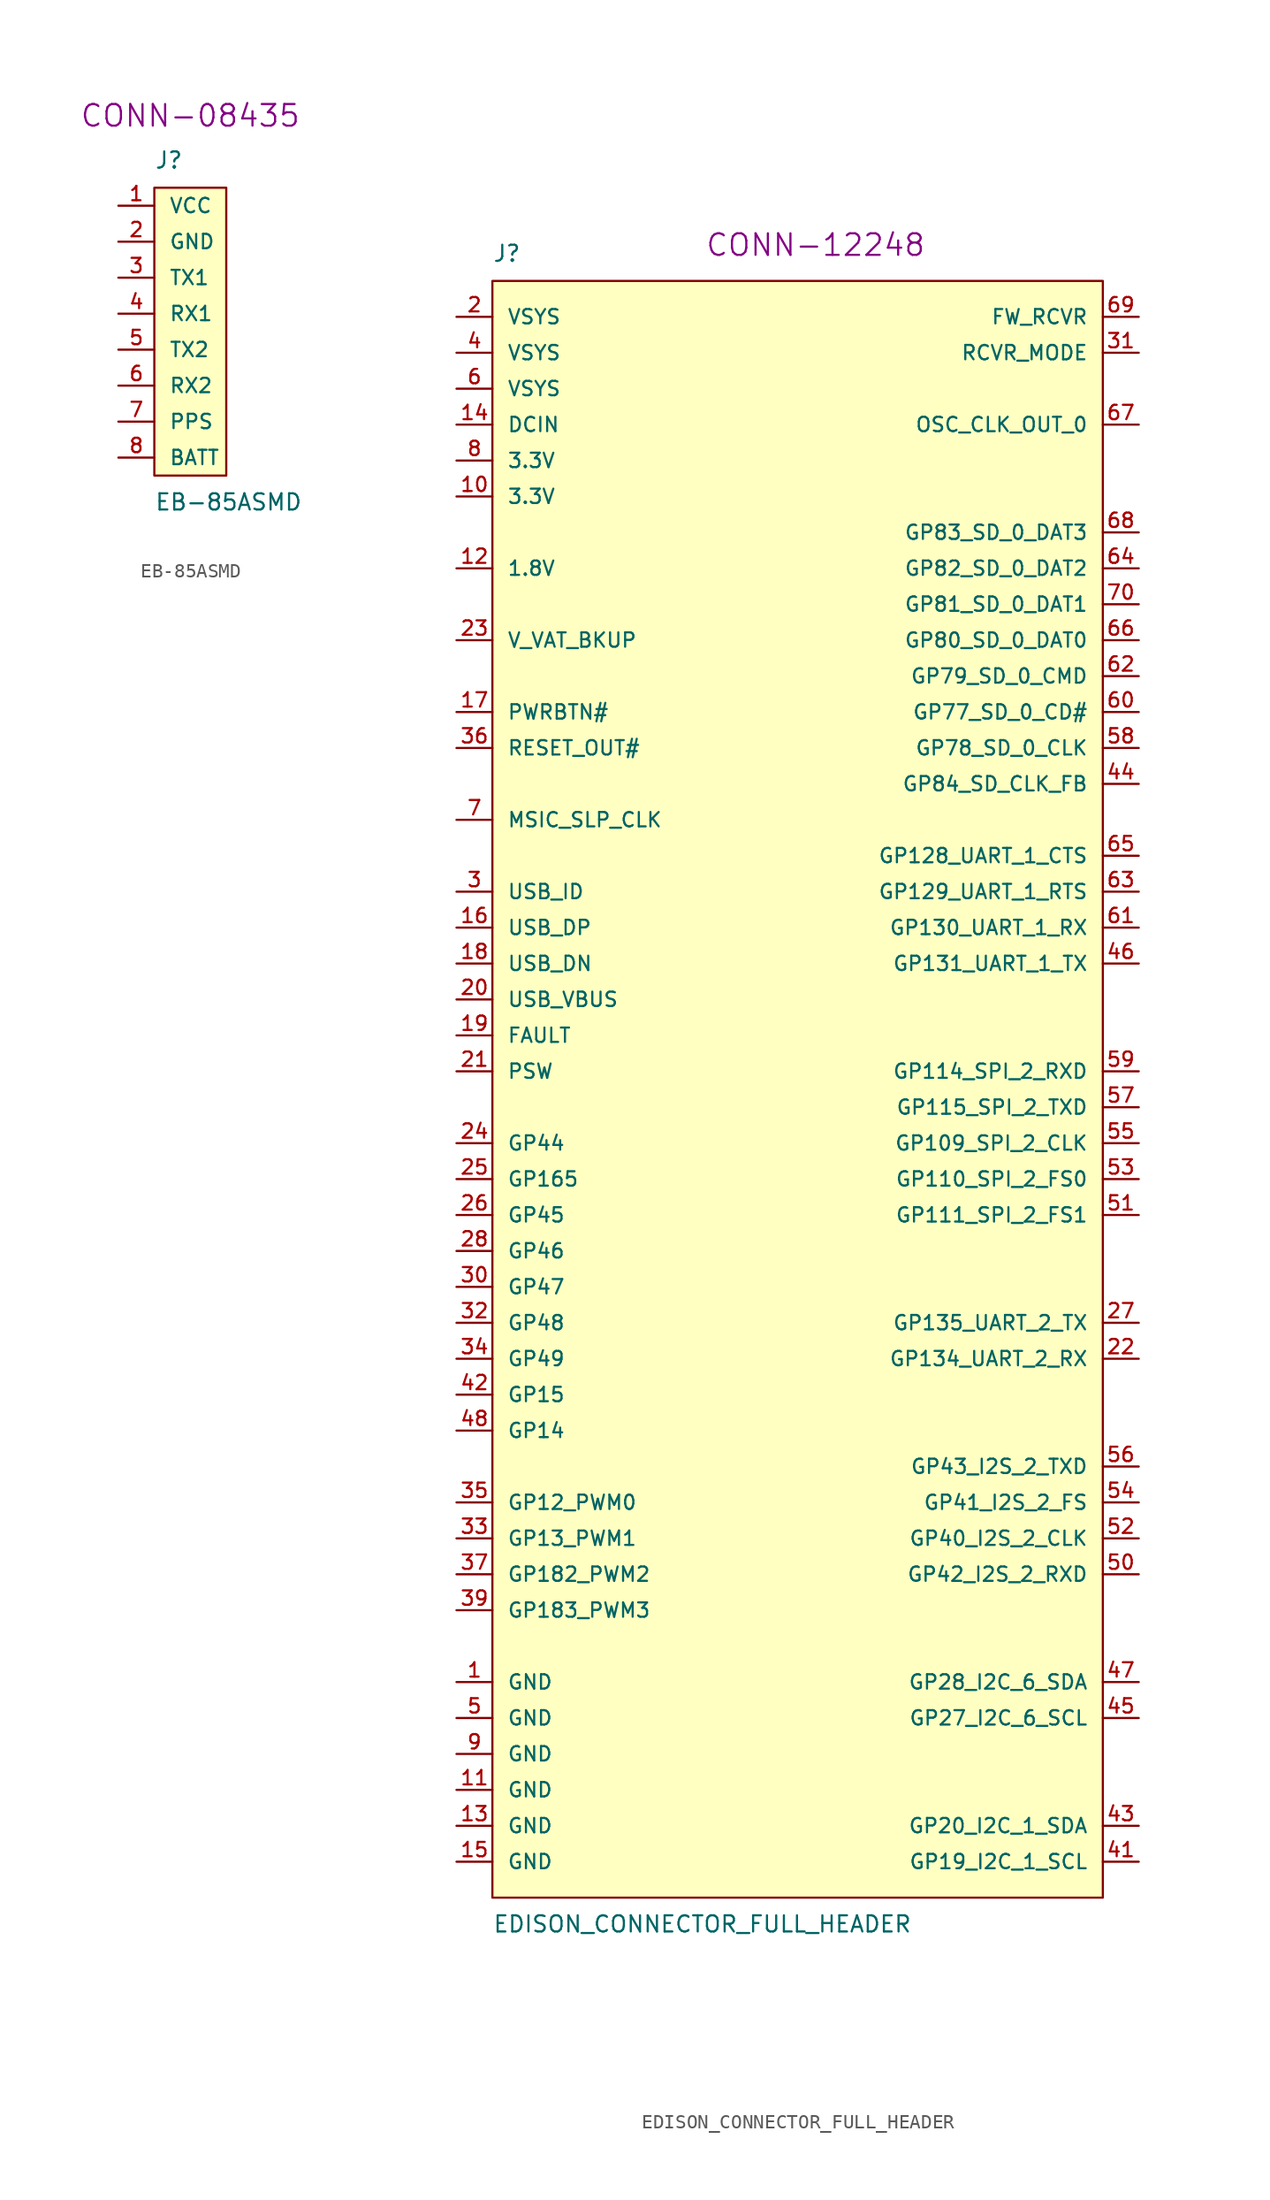
<source format=kicad_sym>
(kicad_symbol_lib
  (version 20220914)
  (generator kicad_symbol_editor)
  (symbol "EB-85ASMD"
    (pin_names
      (offset 1.016))
    (property "Reference" "J"
      (at -2.54 12.7 0)
      (effects (font (size 1.143 1.143)) (justify left bottom)))
    (property "Value" "EB-85ASMD"
      (at -2.54 -11.43 0)
      (effects (font (size 1.143 1.143)) (justify left bottom)))
    (property "Field4" "CONN-08435"
      (at 0 16.51 0)
      (effects (font (size 1.524 1.524))))
    (property "ki_locked" ""
      (at 0 0 0)
      (effects (font (size 1.27 1.27))))
    (symbol "EB-85ASMD_1_1"
      (polyline (pts (xy -2.54 11.43) (xy 2.54 11.43) (xy 2.54 -8.89) (xy -2.54 -8.89) (xy -2.54 11.43)) (stroke (width 0) (type solid)) (fill (type background)))
      (pin power_in line (at -5.08 10.16 0) (length 2.54) (name "VCC" (effects (font (size 1.016 1.016)))) (number "1" (effects (font (size 1.016 1.016)))))
      (pin power_in line (at -5.08 7.62 0) (length 2.54) (name "GND" (effects (font (size 1.016 1.016)))) (number "2" (effects (font (size 1.016 1.016)))))
      (pin output line (at -5.08 5.08 0) (length 2.54) (name "TX1" (effects (font (size 1.016 1.016)))) (number "3" (effects (font (size 1.016 1.016)))))
      (pin input line (at -5.08 2.54 0) (length 2.54) (name "RX1" (effects (font (size 1.016 1.016)))) (number "4" (effects (font (size 1.016 1.016)))))
      (pin output line (at -5.08 0 0) (length 2.54) (name "TX2" (effects (font (size 1.016 1.016)))) (number "5" (effects (font (size 1.016 1.016)))))
      (pin input line (at -5.08 -2.54 0) (length 2.54) (name "RX2" (effects (font (size 1.016 1.016)))) (number "6" (effects (font (size 1.016 1.016)))))
      (pin output line (at -5.08 -5.08 0) (length 2.54) (name "PPS" (effects (font (size 1.016 1.016)))) (number "7" (effects (font (size 1.016 1.016)))))
      (pin power_in line (at -5.08 -7.62 0) (length 2.54) (name "BATT" (effects (font (size 1.016 1.016)))) (number "8" (effects (font (size 1.016 1.016)))))))
  (symbol "EDISON_CONNECTOR_FULL_HEADER"
    (pin_names
      (offset 1.016))
    (property "Reference" "J"
      (at -21.59 58.42 0)
      (effects (font (size 1.143 1.143)) (justify left bottom)))
    (property "Value" "EDISON_CONNECTOR_FULL_HEADER"
      (at -21.59 -59.69 0)
      (effects (font (size 1.143 1.143)) (justify left bottom)))
    (property "Field4" "CONN-12248"
      (at 1.27 59.69 0)
      (effects (font (size 1.524 1.524))))
    (property "ki_locked" ""
      (at 0 0 0)
      (effects (font (size 1.27 1.27))))
    (symbol "EDISON_CONNECTOR_FULL_HEADER_1_1"
      (polyline (pts (xy -21.59 57.15) (xy 21.59 57.15) (xy 21.59 -57.15) (xy -21.59 -57.15) (xy -21.59 57.15)) (stroke (width 0) (type solid)) (fill (type background)))
      (pin bidirectional line (at -24.13 -41.91 0) (length 2.54) (name "GND" (effects (font (size 1.016 1.016)))) (number "1" (effects (font (size 1.016 1.016)))))
      (pin bidirectional line (at -24.13 41.91 0) (length 2.54) (name "3.3V" (effects (font (size 1.016 1.016)))) (number "10" (effects (font (size 1.016 1.016)))))
      (pin bidirectional line (at -24.13 -49.53 0) (length 2.54) (name "GND" (effects (font (size 1.016 1.016)))) (number "11" (effects (font (size 1.016 1.016)))))
      (pin bidirectional line (at -24.13 36.83 0) (length 2.54) (name "1.8V" (effects (font (size 1.016 1.016)))) (number "12" (effects (font (size 1.016 1.016)))))
      (pin bidirectional line (at -24.13 -52.07 0) (length 2.54) (name "GND" (effects (font (size 1.016 1.016)))) (number "13" (effects (font (size 1.016 1.016)))))
      (pin bidirectional line (at -24.13 46.99 0) (length 2.54) (name "DCIN" (effects (font (size 1.016 1.016)))) (number "14" (effects (font (size 1.016 1.016)))))
      (pin bidirectional line (at -24.13 -54.61 0) (length 2.54) (name "GND" (effects (font (size 1.016 1.016)))) (number "15" (effects (font (size 1.016 1.016)))))
      (pin bidirectional line (at -24.13 11.43 0) (length 2.54) (name "USB_DP" (effects (font (size 1.016 1.016)))) (number "16" (effects (font (size 1.016 1.016)))))
      (pin bidirectional line (at -24.13 26.67 0) (length 2.54) (name "PWRBTN#" (effects (font (size 1.016 1.016)))) (number "17" (effects (font (size 1.016 1.016)))))
      (pin bidirectional line (at -24.13 8.89 0) (length 2.54) (name "USB_DN" (effects (font (size 1.016 1.016)))) (number "18" (effects (font (size 1.016 1.016)))))
      (pin bidirectional line (at -24.13 3.81 0) (length 2.54) (name "FAULT" (effects (font (size 1.016 1.016)))) (number "19" (effects (font (size 1.016 1.016)))))
      (pin bidirectional line (at -24.13 54.61 0) (length 2.54) (name "VSYS" (effects (font (size 1.016 1.016)))) (number "2" (effects (font (size 1.016 1.016)))))
      (pin bidirectional line (at -24.13 6.35 0) (length 2.54) (name "USB_VBUS" (effects (font (size 1.016 1.016)))) (number "20" (effects (font (size 1.016 1.016)))))
      (pin bidirectional line (at -24.13 1.27 0) (length 2.54) (name "PSW" (effects (font (size 1.016 1.016)))) (number "21" (effects (font (size 1.016 1.016)))))
      (pin bidirectional line (at 24.13 -19.05 180) (length 2.54) (name "GP134_UART_2_RX" (effects (font (size 1.016 1.016)))) (number "22" (effects (font (size 1.016 1.016)))))
      (pin bidirectional line (at -24.13 31.75 0) (length 2.54) (name "V_VAT_BKUP" (effects (font (size 1.016 1.016)))) (number "23" (effects (font (size 1.016 1.016)))))
      (pin bidirectional line (at -24.13 -3.81 0) (length 2.54) (name "GP44" (effects (font (size 1.016 1.016)))) (number "24" (effects (font (size 1.016 1.016)))))
      (pin bidirectional line (at -24.13 -6.35 0) (length 2.54) (name "GP165" (effects (font (size 1.016 1.016)))) (number "25" (effects (font (size 1.016 1.016)))))
      (pin bidirectional line (at -24.13 -8.89 0) (length 2.54) (name "GP45" (effects (font (size 1.016 1.016)))) (number "26" (effects (font (size 1.016 1.016)))))
      (pin bidirectional line (at 24.13 -16.51 180) (length 2.54) (name "GP135_UART_2_TX" (effects (font (size 1.016 1.016)))) (number "27" (effects (font (size 1.016 1.016)))))
      (pin bidirectional line (at -24.13 -11.43 0) (length 2.54) (name "GP46" (effects (font (size 1.016 1.016)))) (number "28" (effects (font (size 1.016 1.016)))))
      (pin bidirectional line (at -24.13 13.97 0) (length 2.54) (name "USB_ID" (effects (font (size 1.016 1.016)))) (number "3" (effects (font (size 1.016 1.016)))))
      (pin bidirectional line (at -24.13 -13.97 0) (length 2.54) (name "GP47" (effects (font (size 1.016 1.016)))) (number "30" (effects (font (size 1.016 1.016)))))
      (pin bidirectional line (at 24.13 52.07 180) (length 2.54) (name "RCVR_MODE" (effects (font (size 1.016 1.016)))) (number "31" (effects (font (size 1.016 1.016)))))
      (pin bidirectional line (at -24.13 -16.51 0) (length 2.54) (name "GP48" (effects (font (size 1.016 1.016)))) (number "32" (effects (font (size 1.016 1.016)))))
      (pin bidirectional line (at -24.13 -31.75 0) (length 2.54) (name "GP13_PWM1" (effects (font (size 1.016 1.016)))) (number "33" (effects (font (size 1.016 1.016)))))
      (pin bidirectional line (at -24.13 -19.05 0) (length 2.54) (name "GP49" (effects (font (size 1.016 1.016)))) (number "34" (effects (font (size 1.016 1.016)))))
      (pin bidirectional line (at -24.13 -29.21 0) (length 2.54) (name "GP12_PWM0" (effects (font (size 1.016 1.016)))) (number "35" (effects (font (size 1.016 1.016)))))
      (pin bidirectional line (at -24.13 24.13 0) (length 2.54) (name "RESET_OUT#" (effects (font (size 1.016 1.016)))) (number "36" (effects (font (size 1.016 1.016)))))
      (pin bidirectional line (at -24.13 -34.29 0) (length 2.54) (name "GP182_PWM2" (effects (font (size 1.016 1.016)))) (number "37" (effects (font (size 1.016 1.016)))))
      (pin bidirectional line (at -24.13 -36.83 0) (length 2.54) (name "GP183_PWM3" (effects (font (size 1.016 1.016)))) (number "39" (effects (font (size 1.016 1.016)))))
      (pin bidirectional line (at -24.13 52.07 0) (length 2.54) (name "VSYS" (effects (font (size 1.016 1.016)))) (number "4" (effects (font (size 1.016 1.016)))))
      (pin bidirectional line (at 24.13 -54.61 180) (length 2.54) (name "GP19_I2C_1_SCL" (effects (font (size 1.016 1.016)))) (number "41" (effects (font (size 1.016 1.016)))))
      (pin bidirectional line (at -24.13 -21.59 0) (length 2.54) (name "GP15" (effects (font (size 1.016 1.016)))) (number "42" (effects (font (size 1.016 1.016)))))
      (pin bidirectional line (at 24.13 -52.07 180) (length 2.54) (name "GP20_I2C_1_SDA" (effects (font (size 1.016 1.016)))) (number "43" (effects (font (size 1.016 1.016)))))
      (pin bidirectional line (at 24.13 21.59 180) (length 2.54) (name "GP84_SD_CLK_FB" (effects (font (size 1.016 1.016)))) (number "44" (effects (font (size 1.016 1.016)))))
      (pin bidirectional line (at 24.13 -44.45 180) (length 2.54) (name "GP27_I2C_6_SCL" (effects (font (size 1.016 1.016)))) (number "45" (effects (font (size 1.016 1.016)))))
      (pin bidirectional line (at 24.13 8.89 180) (length 2.54) (name "GP131_UART_1_TX" (effects (font (size 1.016 1.016)))) (number "46" (effects (font (size 1.016 1.016)))))
      (pin bidirectional line (at 24.13 -41.91 180) (length 2.54) (name "GP28_I2C_6_SDA" (effects (font (size 1.016 1.016)))) (number "47" (effects (font (size 1.016 1.016)))))
      (pin bidirectional line (at -24.13 -24.13 0) (length 2.54) (name "GP14" (effects (font (size 1.016 1.016)))) (number "48" (effects (font (size 1.016 1.016)))))
      (pin bidirectional line (at -24.13 -44.45 0) (length 2.54) (name "GND" (effects (font (size 1.016 1.016)))) (number "5" (effects (font (size 1.016 1.016)))))
      (pin bidirectional line (at 24.13 -34.29 180) (length 2.54) (name "GP42_I2S_2_RXD" (effects (font (size 1.016 1.016)))) (number "50" (effects (font (size 1.016 1.016)))))
      (pin bidirectional line (at 24.13 -8.89 180) (length 2.54) (name "GP111_SPI_2_FS1" (effects (font (size 1.016 1.016)))) (number "51" (effects (font (size 1.016 1.016)))))
      (pin bidirectional line (at 24.13 -31.75 180) (length 2.54) (name "GP40_I2S_2_CLK" (effects (font (size 1.016 1.016)))) (number "52" (effects (font (size 1.016 1.016)))))
      (pin bidirectional line (at 24.13 -6.35 180) (length 2.54) (name "GP110_SPI_2_FS0" (effects (font (size 1.016 1.016)))) (number "53" (effects (font (size 1.016 1.016)))))
      (pin bidirectional line (at 24.13 -29.21 180) (length 2.54) (name "GP41_I2S_2_FS" (effects (font (size 1.016 1.016)))) (number "54" (effects (font (size 1.016 1.016)))))
      (pin bidirectional line (at 24.13 -3.81 180) (length 2.54) (name "GP109_SPI_2_CLK" (effects (font (size 1.016 1.016)))) (number "55" (effects (font (size 1.016 1.016)))))
      (pin bidirectional line (at 24.13 -26.67 180) (length 2.54) (name "GP43_I2S_2_TXD" (effects (font (size 1.016 1.016)))) (number "56" (effects (font (size 1.016 1.016)))))
      (pin bidirectional line (at 24.13 -1.27 180) (length 2.54) (name "GP115_SPI_2_TXD" (effects (font (size 1.016 1.016)))) (number "57" (effects (font (size 1.016 1.016)))))
      (pin bidirectional line (at 24.13 24.13 180) (length 2.54) (name "GP78_SD_0_CLK" (effects (font (size 1.016 1.016)))) (number "58" (effects (font (size 1.016 1.016)))))
      (pin bidirectional line (at 24.13 1.27 180) (length 2.54) (name "GP114_SPI_2_RXD" (effects (font (size 1.016 1.016)))) (number "59" (effects (font (size 1.016 1.016)))))
      (pin bidirectional line (at -24.13 49.53 0) (length 2.54) (name "VSYS" (effects (font (size 1.016 1.016)))) (number "6" (effects (font (size 1.016 1.016)))))
      (pin bidirectional line (at 24.13 26.67 180) (length 2.54) (name "GP77_SD_0_CD#" (effects (font (size 1.016 1.016)))) (number "60" (effects (font (size 1.016 1.016)))))
      (pin bidirectional line (at 24.13 11.43 180) (length 2.54) (name "GP130_UART_1_RX" (effects (font (size 1.016 1.016)))) (number "61" (effects (font (size 1.016 1.016)))))
      (pin bidirectional line (at 24.13 29.21 180) (length 2.54) (name "GP79_SD_0_CMD" (effects (font (size 1.016 1.016)))) (number "62" (effects (font (size 1.016 1.016)))))
      (pin bidirectional line (at 24.13 13.97 180) (length 2.54) (name "GP129_UART_1_RTS" (effects (font (size 1.016 1.016)))) (number "63" (effects (font (size 1.016 1.016)))))
      (pin bidirectional line (at 24.13 36.83 180) (length 2.54) (name "GP82_SD_0_DAT2" (effects (font (size 1.016 1.016)))) (number "64" (effects (font (size 1.016 1.016)))))
      (pin bidirectional line (at 24.13 16.51 180) (length 2.54) (name "GP128_UART_1_CTS" (effects (font (size 1.016 1.016)))) (number "65" (effects (font (size 1.016 1.016)))))
      (pin bidirectional line (at 24.13 31.75 180) (length 2.54) (name "GP80_SD_0_DAT0" (effects (font (size 1.016 1.016)))) (number "66" (effects (font (size 1.016 1.016)))))
      (pin bidirectional line (at 24.13 46.99 180) (length 2.54) (name "OSC_CLK_OUT_0" (effects (font (size 1.016 1.016)))) (number "67" (effects (font (size 1.016 1.016)))))
      (pin bidirectional line (at 24.13 39.37 180) (length 2.54) (name "GP83_SD_0_DAT3" (effects (font (size 1.016 1.016)))) (number "68" (effects (font (size 1.016 1.016)))))
      (pin bidirectional line (at 24.13 54.61 180) (length 2.54) (name "FW_RCVR" (effects (font (size 1.016 1.016)))) (number "69" (effects (font (size 1.016 1.016)))))
      (pin bidirectional line (at -24.13 19.05 0) (length 2.54) (name "MSIC_SLP_CLK" (effects (font (size 1.016 1.016)))) (number "7" (effects (font (size 1.016 1.016)))))
      (pin bidirectional line (at 24.13 34.29 180) (length 2.54) (name "GP81_SD_0_DAT1" (effects (font (size 1.016 1.016)))) (number "70" (effects (font (size 1.016 1.016)))))
      (pin bidirectional line (at -24.13 44.45 0) (length 2.54) (name "3.3V" (effects (font (size 1.016 1.016)))) (number "8" (effects (font (size 1.016 1.016)))))
      (pin bidirectional line (at -24.13 -46.99 0) (length 2.54) (name "GND" (effects (font (size 1.016 1.016)))) (number "9" (effects (font (size 1.016 1.016))))))))
</source>
